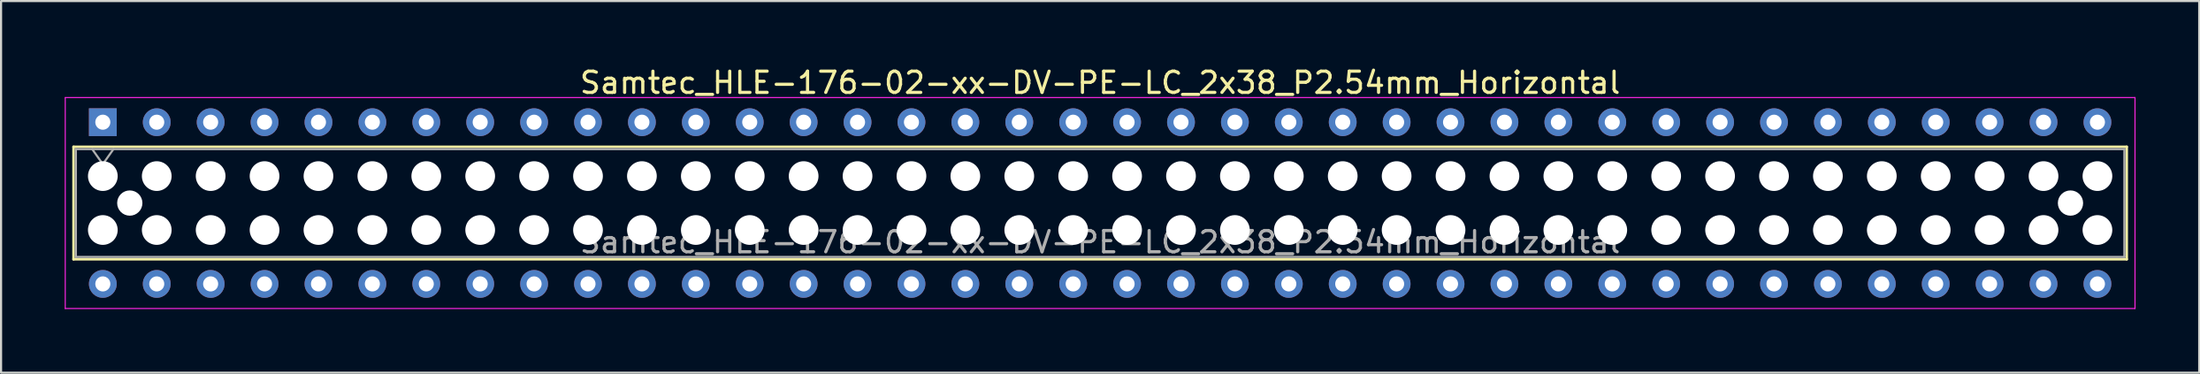
<source format=kicad_pcb>
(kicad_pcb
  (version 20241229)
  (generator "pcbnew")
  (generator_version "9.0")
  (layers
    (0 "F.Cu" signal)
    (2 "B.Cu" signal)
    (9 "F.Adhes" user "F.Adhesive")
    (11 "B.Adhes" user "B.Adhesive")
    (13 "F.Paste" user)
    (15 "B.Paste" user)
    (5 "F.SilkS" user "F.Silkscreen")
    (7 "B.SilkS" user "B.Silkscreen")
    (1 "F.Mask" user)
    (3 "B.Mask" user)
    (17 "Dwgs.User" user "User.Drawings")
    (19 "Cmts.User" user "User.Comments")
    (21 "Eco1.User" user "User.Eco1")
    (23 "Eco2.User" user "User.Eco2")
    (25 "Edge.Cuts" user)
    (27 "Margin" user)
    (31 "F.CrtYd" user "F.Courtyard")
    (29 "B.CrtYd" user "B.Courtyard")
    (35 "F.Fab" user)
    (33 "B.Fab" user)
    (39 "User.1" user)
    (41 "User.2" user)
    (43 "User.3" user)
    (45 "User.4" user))
  (footprint "Samtec_HLE-176-02-xx-DV-PE-LC_2x38_P2.54mm_Horizontal"
    (layer "F.Cu")
    (at 1.795 2.708)
    (property "Reference" "Samtec_HLE-176-02-xx-DV-PE-LC_2x38_P2.54mm_Horizontal" (at 46.99 -1.86 0) (layer "F.SilkS") (effects (font (size 1 1) (thickness 0.15))))
    (attr through_hole)
    (fp_line (start -1.38 1.16) (end 95.36 1.16) (stroke (width 0.12) (type solid)) (layer "F.SilkS"))
    (fp_line (start -1.38 6.46) (end -1.38 1.16) (stroke (width 0.12) (type solid)) (layer "F.SilkS"))
    (fp_line (start 95.36 1.16) (end 95.36 6.46) (stroke (width 0.12) (type solid)) (layer "F.SilkS"))
    (fp_line (start 95.36 6.46) (end -1.38 6.46) (stroke (width 0.12) (type solid)) (layer "F.SilkS"))
    (fp_line (start -1.77 -1.16) (end 95.75 -1.16) (stroke (width 0.05) (type solid)) (layer "F.CrtYd"))
    (fp_line (start -1.77 8.78) (end -1.77 -1.16) (stroke (width 0.05) (type solid)) (layer "F.CrtYd"))
    (fp_line (start 95.75 -1.16) (end 95.75 8.78) (stroke (width 0.05) (type solid)) (layer "F.CrtYd"))
    (fp_line (start 95.75 8.78) (end -1.77 8.78) (stroke (width 0.05) (type solid)) (layer "F.CrtYd"))
    (fp_line (start -1.27 1.27) (end 95.25 1.27) (stroke (width 0.1) (type solid)) (layer "F.Fab"))
    (fp_line (start -1.27 6.35) (end -1.27 1.27) (stroke (width 0.1) (type solid)) (layer "F.Fab"))
    (fp_line (start -0.5 1.27) (end 0 1.977) (stroke (width 0.1) (type solid)) (layer "F.Fab"))
    (fp_line (start 0 1.977) (end 0.5 1.27) (stroke (width 0.1) (type solid)) (layer "F.Fab"))
    (fp_line (start 95.25 1.27) (end 95.25 6.35) (stroke (width 0.1) (type solid)) (layer "F.Fab"))
    (fp_line (start 95.25 6.35) (end -1.27 6.35) (stroke (width 0.1) (type solid)) (layer "F.Fab"))
    (fp_text user "${REFERENCE}" (at 46.99 5.65 0) (layer "F.Fab") (effects (font (size 1 1) (thickness 0.15))))
    (pad "" np_thru_hole circle (at 0 2.54) (size 1.4 1.4) (drill 1.4) (layers "*.Cu" "*.Mask"))
    (pad "" np_thru_hole circle (at 0 5.08) (size 1.4 1.4) (drill 1.4) (layers "*.Cu" "*.Mask"))
    (pad "" np_thru_hole circle (at 1.27 3.81) (size 1.19 1.19) (drill 1.19) (layers "*.Cu" "*.Mask"))
    (pad "" np_thru_hole circle (at 2.54 2.54) (size 1.4 1.4) (drill 1.4) (layers "*.Cu" "*.Mask"))
    (pad "" np_thru_hole circle (at 2.54 5.08) (size 1.4 1.4) (drill 1.4) (layers "*.Cu" "*.Mask"))
    (pad "" np_thru_hole circle (at 5.08 2.54) (size 1.4 1.4) (drill 1.4) (layers "*.Cu" "*.Mask"))
    (pad "" np_thru_hole circle (at 5.08 5.08) (size 1.4 1.4) (drill 1.4) (layers "*.Cu" "*.Mask"))
    (pad "" np_thru_hole circle (at 7.62 2.54) (size 1.4 1.4) (drill 1.4) (layers "*.Cu" "*.Mask"))
    (pad "" np_thru_hole circle (at 7.62 5.08) (size 1.4 1.4) (drill 1.4) (layers "*.Cu" "*.Mask"))
    (pad "" np_thru_hole circle (at 10.16 2.54) (size 1.4 1.4) (drill 1.4) (layers "*.Cu" "*.Mask"))
    (pad "" np_thru_hole circle (at 10.16 5.08) (size 1.4 1.4) (drill 1.4) (layers "*.Cu" "*.Mask"))
    (pad "" np_thru_hole circle (at 12.7 2.54) (size 1.4 1.4) (drill 1.4) (layers "*.Cu" "*.Mask"))
    (pad "" np_thru_hole circle (at 12.7 5.08) (size 1.4 1.4) (drill 1.4) (layers "*.Cu" "*.Mask"))
    (pad "" np_thru_hole circle (at 15.24 2.54) (size 1.4 1.4) (drill 1.4) (layers "*.Cu" "*.Mask"))
    (pad "" np_thru_hole circle (at 15.24 5.08) (size 1.4 1.4) (drill 1.4) (layers "*.Cu" "*.Mask"))
    (pad "" np_thru_hole circle (at 17.78 2.54) (size 1.4 1.4) (drill 1.4) (layers "*.Cu" "*.Mask"))
    (pad "" np_thru_hole circle (at 17.78 5.08) (size 1.4 1.4) (drill 1.4) (layers "*.Cu" "*.Mask"))
    (pad "" np_thru_hole circle (at 20.32 2.54) (size 1.4 1.4) (drill 1.4) (layers "*.Cu" "*.Mask"))
    (pad "" np_thru_hole circle (at 20.32 5.08) (size 1.4 1.4) (drill 1.4) (layers "*.Cu" "*.Mask"))
    (pad "" np_thru_hole circle (at 22.86 2.54) (size 1.4 1.4) (drill 1.4) (layers "*.Cu" "*.Mask"))
    (pad "" np_thru_hole circle (at 22.86 5.08) (size 1.4 1.4) (drill 1.4) (layers "*.Cu" "*.Mask"))
    (pad "" np_thru_hole circle (at 25.4 2.54) (size 1.4 1.4) (drill 1.4) (layers "*.Cu" "*.Mask"))
    (pad "" np_thru_hole circle (at 25.4 5.08) (size 1.4 1.4) (drill 1.4) (layers "*.Cu" "*.Mask"))
    (pad "" np_thru_hole circle (at 27.94 2.54) (size 1.4 1.4) (drill 1.4) (layers "*.Cu" "*.Mask"))
    (pad "" np_thru_hole circle (at 27.94 5.08) (size 1.4 1.4) (drill 1.4) (layers "*.Cu" "*.Mask"))
    (pad "" np_thru_hole circle (at 30.48 2.54) (size 1.4 1.4) (drill 1.4) (layers "*.Cu" "*.Mask"))
    (pad "" np_thru_hole circle (at 30.48 5.08) (size 1.4 1.4) (drill 1.4) (layers "*.Cu" "*.Mask"))
    (pad "" np_thru_hole circle (at 33.02 2.54) (size 1.4 1.4) (drill 1.4) (layers "*.Cu" "*.Mask"))
    (pad "" np_thru_hole circle (at 33.02 5.08) (size 1.4 1.4) (drill 1.4) (layers "*.Cu" "*.Mask"))
    (pad "" np_thru_hole circle (at 35.56 2.54) (size 1.4 1.4) (drill 1.4) (layers "*.Cu" "*.Mask"))
    (pad "" np_thru_hole circle (at 35.56 5.08) (size 1.4 1.4) (drill 1.4) (layers "*.Cu" "*.Mask"))
    (pad "" np_thru_hole circle (at 38.1 2.54) (size 1.4 1.4) (drill 1.4) (layers "*.Cu" "*.Mask"))
    (pad "" np_thru_hole circle (at 38.1 5.08) (size 1.4 1.4) (drill 1.4) (layers "*.Cu" "*.Mask"))
    (pad "" np_thru_hole circle (at 40.64 2.54) (size 1.4 1.4) (drill 1.4) (layers "*.Cu" "*.Mask"))
    (pad "" np_thru_hole circle (at 40.64 5.08) (size 1.4 1.4) (drill 1.4) (layers "*.Cu" "*.Mask"))
    (pad "" np_thru_hole circle (at 43.18 2.54) (size 1.4 1.4) (drill 1.4) (layers "*.Cu" "*.Mask"))
    (pad "" np_thru_hole circle (at 43.18 5.08) (size 1.4 1.4) (drill 1.4) (layers "*.Cu" "*.Mask"))
    (pad "" np_thru_hole circle (at 45.72 2.54) (size 1.4 1.4) (drill 1.4) (layers "*.Cu" "*.Mask"))
    (pad "" np_thru_hole circle (at 45.72 5.08) (size 1.4 1.4) (drill 1.4) (layers "*.Cu" "*.Mask"))
    (pad "" np_thru_hole circle (at 48.26 2.54) (size 1.4 1.4) (drill 1.4) (layers "*.Cu" "*.Mask"))
    (pad "" np_thru_hole circle (at 48.26 5.08) (size 1.4 1.4) (drill 1.4) (layers "*.Cu" "*.Mask"))
    (pad "" np_thru_hole circle (at 50.8 2.54) (size 1.4 1.4) (drill 1.4) (layers "*.Cu" "*.Mask"))
    (pad "" np_thru_hole circle (at 50.8 5.08) (size 1.4 1.4) (drill 1.4) (layers "*.Cu" "*.Mask"))
    (pad "" np_thru_hole circle (at 53.34 2.54) (size 1.4 1.4) (drill 1.4) (layers "*.Cu" "*.Mask"))
    (pad "" np_thru_hole circle (at 53.34 5.08) (size 1.4 1.4) (drill 1.4) (layers "*.Cu" "*.Mask"))
    (pad "" np_thru_hole circle (at 55.88 2.54) (size 1.4 1.4) (drill 1.4) (layers "*.Cu" "*.Mask"))
    (pad "" np_thru_hole circle (at 55.88 5.08) (size 1.4 1.4) (drill 1.4) (layers "*.Cu" "*.Mask"))
    (pad "" np_thru_hole circle (at 58.42 2.54) (size 1.4 1.4) (drill 1.4) (layers "*.Cu" "*.Mask"))
    (pad "" np_thru_hole circle (at 58.42 5.08) (size 1.4 1.4) (drill 1.4) (layers "*.Cu" "*.Mask"))
    (pad "" np_thru_hole circle (at 60.96 2.54) (size 1.4 1.4) (drill 1.4) (layers "*.Cu" "*.Mask"))
    (pad "" np_thru_hole circle (at 60.96 5.08) (size 1.4 1.4) (drill 1.4) (layers "*.Cu" "*.Mask"))
    (pad "" np_thru_hole circle (at 63.5 2.54) (size 1.4 1.4) (drill 1.4) (layers "*.Cu" "*.Mask"))
    (pad "" np_thru_hole circle (at 63.5 5.08) (size 1.4 1.4) (drill 1.4) (layers "*.Cu" "*.Mask"))
    (pad "" np_thru_hole circle (at 66.04 2.54) (size 1.4 1.4) (drill 1.4) (layers "*.Cu" "*.Mask"))
    (pad "" np_thru_hole circle (at 66.04 5.08) (size 1.4 1.4) (drill 1.4) (layers "*.Cu" "*.Mask"))
    (pad "" np_thru_hole circle (at 68.58 2.54) (size 1.4 1.4) (drill 1.4) (layers "*.Cu" "*.Mask"))
    (pad "" np_thru_hole circle (at 68.58 5.08) (size 1.4 1.4) (drill 1.4) (layers "*.Cu" "*.Mask"))
    (pad "" np_thru_hole circle (at 71.12 2.54) (size 1.4 1.4) (drill 1.4) (layers "*.Cu" "*.Mask"))
    (pad "" np_thru_hole circle (at 71.12 5.08) (size 1.4 1.4) (drill 1.4) (layers "*.Cu" "*.Mask"))
    (pad "" np_thru_hole circle (at 73.66 2.54) (size 1.4 1.4) (drill 1.4) (layers "*.Cu" "*.Mask"))
    (pad "" np_thru_hole circle (at 73.66 5.08) (size 1.4 1.4) (drill 1.4) (layers "*.Cu" "*.Mask"))
    (pad "" np_thru_hole circle (at 76.2 2.54) (size 1.4 1.4) (drill 1.4) (layers "*.Cu" "*.Mask"))
    (pad "" np_thru_hole circle (at 76.2 5.08) (size 1.4 1.4) (drill 1.4) (layers "*.Cu" "*.Mask"))
    (pad "" np_thru_hole circle (at 78.74 2.54) (size 1.4 1.4) (drill 1.4) (layers "*.Cu" "*.Mask"))
    (pad "" np_thru_hole circle (at 78.74 5.08) (size 1.4 1.4) (drill 1.4) (layers "*.Cu" "*.Mask"))
    (pad "" np_thru_hole circle (at 81.28 2.54) (size 1.4 1.4) (drill 1.4) (layers "*.Cu" "*.Mask"))
    (pad "" np_thru_hole circle (at 81.28 5.08) (size 1.4 1.4) (drill 1.4) (layers "*.Cu" "*.Mask"))
    (pad "" np_thru_hole circle (at 83.82 2.54) (size 1.4 1.4) (drill 1.4) (layers "*.Cu" "*.Mask"))
    (pad "" np_thru_hole circle (at 83.82 5.08) (size 1.4 1.4) (drill 1.4) (layers "*.Cu" "*.Mask"))
    (pad "" np_thru_hole circle (at 86.36 2.54) (size 1.4 1.4) (drill 1.4) (layers "*.Cu" "*.Mask"))
    (pad "" np_thru_hole circle (at 86.36 5.08) (size 1.4 1.4) (drill 1.4) (layers "*.Cu" "*.Mask"))
    (pad "" np_thru_hole circle (at 88.9 2.54) (size 1.4 1.4) (drill 1.4) (layers "*.Cu" "*.Mask"))
    (pad "" np_thru_hole circle (at 88.9 5.08) (size 1.4 1.4) (drill 1.4) (layers "*.Cu" "*.Mask"))
    (pad "" np_thru_hole circle (at 91.44 2.54) (size 1.4 1.4) (drill 1.4) (layers "*.Cu" "*.Mask"))
    (pad "" np_thru_hole circle (at 91.44 5.08) (size 1.4 1.4) (drill 1.4) (layers "*.Cu" "*.Mask"))
    (pad "" np_thru_hole circle (at 92.71 3.81) (size 1.19 1.19) (drill 1.19) (layers "*.Cu" "*.Mask"))
    (pad "" np_thru_hole circle (at 93.98 2.54) (size 1.4 1.4) (drill 1.4) (layers "*.Cu" "*.Mask"))
    (pad "" np_thru_hole circle (at 93.98 5.08) (size 1.4 1.4) (drill 1.4) (layers "*.Cu" "*.Mask"))
    (pad "1" thru_hole rect (at 0 0) (size 1.31 1.31) (drill 0.71) (layers "*.Cu" "*.Mask"))
    (pad "2" thru_hole circle (at 0 7.62) (size 1.31 1.31) (drill 0.71) (layers "*.Cu" "*.Mask"))
    (pad "3" thru_hole circle (at 2.54 0) (size 1.31 1.31) (drill 0.71) (layers "*.Cu" "*.Mask"))
    (pad "4" thru_hole circle (at 2.54 7.62) (size 1.31 1.31) (drill 0.71) (layers "*.Cu" "*.Mask"))
    (pad "5" thru_hole circle (at 5.08 0) (size 1.31 1.31) (drill 0.71) (layers "*.Cu" "*.Mask"))
    (pad "6" thru_hole circle (at 5.08 7.62) (size 1.31 1.31) (drill 0.71) (layers "*.Cu" "*.Mask"))
    (pad "7" thru_hole circle (at 7.62 0) (size 1.31 1.31) (drill 0.71) (layers "*.Cu" "*.Mask"))
    (pad "8" thru_hole circle (at 7.62 7.62) (size 1.31 1.31) (drill 0.71) (layers "*.Cu" "*.Mask"))
    (pad "9" thru_hole circle (at 10.16 0) (size 1.31 1.31) (drill 0.71) (layers "*.Cu" "*.Mask"))
    (pad "10" thru_hole circle (at 10.16 7.62) (size 1.31 1.31) (drill 0.71) (layers "*.Cu" "*.Mask"))
    (pad "11" thru_hole circle (at 12.7 0) (size 1.31 1.31) (drill 0.71) (layers "*.Cu" "*.Mask"))
    (pad "12" thru_hole circle (at 12.7 7.62) (size 1.31 1.31) (drill 0.71) (layers "*.Cu" "*.Mask"))
    (pad "13" thru_hole circle (at 15.24 0) (size 1.31 1.31) (drill 0.71) (layers "*.Cu" "*.Mask"))
    (pad "14" thru_hole circle (at 15.24 7.62) (size 1.31 1.31) (drill 0.71) (layers "*.Cu" "*.Mask"))
    (pad "15" thru_hole circle (at 17.78 0) (size 1.31 1.31) (drill 0.71) (layers "*.Cu" "*.Mask"))
    (pad "16" thru_hole circle (at 17.78 7.62) (size 1.31 1.31) (drill 0.71) (layers "*.Cu" "*.Mask"))
    (pad "17" thru_hole circle (at 20.32 0) (size 1.31 1.31) (drill 0.71) (layers "*.Cu" "*.Mask"))
    (pad "18" thru_hole circle (at 20.32 7.62) (size 1.31 1.31) (drill 0.71) (layers "*.Cu" "*.Mask"))
    (pad "19" thru_hole circle (at 22.86 0) (size 1.31 1.31) (drill 0.71) (layers "*.Cu" "*.Mask"))
    (pad "20" thru_hole circle (at 22.86 7.62) (size 1.31 1.31) (drill 0.71) (layers "*.Cu" "*.Mask"))
    (pad "21" thru_hole circle (at 25.4 0) (size 1.31 1.31) (drill 0.71) (layers "*.Cu" "*.Mask"))
    (pad "22" thru_hole circle (at 25.4 7.62) (size 1.31 1.31) (drill 0.71) (layers "*.Cu" "*.Mask"))
    (pad "23" thru_hole circle (at 27.94 0) (size 1.31 1.31) (drill 0.71) (layers "*.Cu" "*.Mask"))
    (pad "24" thru_hole circle (at 27.94 7.62) (size 1.31 1.31) (drill 0.71) (layers "*.Cu" "*.Mask"))
    (pad "25" thru_hole circle (at 30.48 0) (size 1.31 1.31) (drill 0.71) (layers "*.Cu" "*.Mask"))
    (pad "26" thru_hole circle (at 30.48 7.62) (size 1.31 1.31) (drill 0.71) (layers "*.Cu" "*.Mask"))
    (pad "27" thru_hole circle (at 33.02 0) (size 1.31 1.31) (drill 0.71) (layers "*.Cu" "*.Mask"))
    (pad "28" thru_hole circle (at 33.02 7.62) (size 1.31 1.31) (drill 0.71) (layers "*.Cu" "*.Mask"))
    (pad "29" thru_hole circle (at 35.56 0) (size 1.31 1.31) (drill 0.71) (layers "*.Cu" "*.Mask"))
    (pad "30" thru_hole circle (at 35.56 7.62) (size 1.31 1.31) (drill 0.71) (layers "*.Cu" "*.Mask"))
    (pad "31" thru_hole circle (at 38.1 0) (size 1.31 1.31) (drill 0.71) (layers "*.Cu" "*.Mask"))
    (pad "32" thru_hole circle (at 38.1 7.62) (size 1.31 1.31) (drill 0.71) (layers "*.Cu" "*.Mask"))
    (pad "33" thru_hole circle (at 40.64 0) (size 1.31 1.31) (drill 0.71) (layers "*.Cu" "*.Mask"))
    (pad "34" thru_hole circle (at 40.64 7.62) (size 1.31 1.31) (drill 0.71) (layers "*.Cu" "*.Mask"))
    (pad "35" thru_hole circle (at 43.18 0) (size 1.31 1.31) (drill 0.71) (layers "*.Cu" "*.Mask"))
    (pad "36" thru_hole circle (at 43.18 7.62) (size 1.31 1.31) (drill 0.71) (layers "*.Cu" "*.Mask"))
    (pad "37" thru_hole circle (at 45.72 0) (size 1.31 1.31) (drill 0.71) (layers "*.Cu" "*.Mask"))
    (pad "38" thru_hole circle (at 45.72 7.62) (size 1.31 1.31) (drill 0.71) (layers "*.Cu" "*.Mask"))
    (pad "39" thru_hole circle (at 48.26 0) (size 1.31 1.31) (drill 0.71) (layers "*.Cu" "*.Mask"))
    (pad "40" thru_hole circle (at 48.26 7.62) (size 1.31 1.31) (drill 0.71) (layers "*.Cu" "*.Mask"))
    (pad "41" thru_hole circle (at 50.8 0) (size 1.31 1.31) (drill 0.71) (layers "*.Cu" "*.Mask"))
    (pad "42" thru_hole circle (at 50.8 7.62) (size 1.31 1.31) (drill 0.71) (layers "*.Cu" "*.Mask"))
    (pad "43" thru_hole circle (at 53.34 0) (size 1.31 1.31) (drill 0.71) (layers "*.Cu" "*.Mask"))
    (pad "44" thru_hole circle (at 53.34 7.62) (size 1.31 1.31) (drill 0.71) (layers "*.Cu" "*.Mask"))
    (pad "45" thru_hole circle (at 55.88 0) (size 1.31 1.31) (drill 0.71) (layers "*.Cu" "*.Mask"))
    (pad "46" thru_hole circle (at 55.88 7.62) (size 1.31 1.31) (drill 0.71) (layers "*.Cu" "*.Mask"))
    (pad "47" thru_hole circle (at 58.42 0) (size 1.31 1.31) (drill 0.71) (layers "*.Cu" "*.Mask"))
    (pad "48" thru_hole circle (at 58.42 7.62) (size 1.31 1.31) (drill 0.71) (layers "*.Cu" "*.Mask"))
    (pad "49" thru_hole circle (at 60.96 0) (size 1.31 1.31) (drill 0.71) (layers "*.Cu" "*.Mask"))
    (pad "50" thru_hole circle (at 60.96 7.62) (size 1.31 1.31) (drill 0.71) (layers "*.Cu" "*.Mask"))
    (pad "51" thru_hole circle (at 63.5 0) (size 1.31 1.31) (drill 0.71) (layers "*.Cu" "*.Mask"))
    (pad "52" thru_hole circle (at 63.5 7.62) (size 1.31 1.31) (drill 0.71) (layers "*.Cu" "*.Mask"))
    (pad "53" thru_hole circle (at 66.04 0) (size 1.31 1.31) (drill 0.71) (layers "*.Cu" "*.Mask"))
    (pad "54" thru_hole circle (at 66.04 7.62) (size 1.31 1.31) (drill 0.71) (layers "*.Cu" "*.Mask"))
    (pad "55" thru_hole circle (at 68.58 0) (size 1.31 1.31) (drill 0.71) (layers "*.Cu" "*.Mask"))
    (pad "56" thru_hole circle (at 68.58 7.62) (size 1.31 1.31) (drill 0.71) (layers "*.Cu" "*.Mask"))
    (pad "57" thru_hole circle (at 71.12 0) (size 1.31 1.31) (drill 0.71) (layers "*.Cu" "*.Mask"))
    (pad "58" thru_hole circle (at 71.12 7.62) (size 1.31 1.31) (drill 0.71) (layers "*.Cu" "*.Mask"))
    (pad "59" thru_hole circle (at 73.66 0) (size 1.31 1.31) (drill 0.71) (layers "*.Cu" "*.Mask"))
    (pad "60" thru_hole circle (at 73.66 7.62) (size 1.31 1.31) (drill 0.71) (layers "*.Cu" "*.Mask"))
    (pad "61" thru_hole circle (at 76.2 0) (size 1.31 1.31) (drill 0.71) (layers "*.Cu" "*.Mask"))
    (pad "62" thru_hole circle (at 76.2 7.62) (size 1.31 1.31) (drill 0.71) (layers "*.Cu" "*.Mask"))
    (pad "63" thru_hole circle (at 78.74 0) (size 1.31 1.31) (drill 0.71) (layers "*.Cu" "*.Mask"))
    (pad "64" thru_hole circle (at 78.74 7.62) (size 1.31 1.31) (drill 0.71) (layers "*.Cu" "*.Mask"))
    (pad "65" thru_hole circle (at 81.28 0) (size 1.31 1.31) (drill 0.71) (layers "*.Cu" "*.Mask"))
    (pad "66" thru_hole circle (at 81.28 7.62) (size 1.31 1.31) (drill 0.71) (layers "*.Cu" "*.Mask"))
    (pad "67" thru_hole circle (at 83.82 0) (size 1.31 1.31) (drill 0.71) (layers "*.Cu" "*.Mask"))
    (pad "68" thru_hole circle (at 83.82 7.62) (size 1.31 1.31) (drill 0.71) (layers "*.Cu" "*.Mask"))
    (pad "69" thru_hole circle (at 86.36 0) (size 1.31 1.31) (drill 0.71) (layers "*.Cu" "*.Mask"))
    (pad "70" thru_hole circle (at 86.36 7.62) (size 1.31 1.31) (drill 0.71) (layers "*.Cu" "*.Mask"))
    (pad "71" thru_hole circle (at 88.9 0) (size 1.31 1.31) (drill 0.71) (layers "*.Cu" "*.Mask"))
    (pad "72" thru_hole circle (at 88.9 7.62) (size 1.31 1.31) (drill 0.71) (layers "*.Cu" "*.Mask"))
    (pad "73" thru_hole circle (at 91.44 0) (size 1.31 1.31) (drill 0.71) (layers "*.Cu" "*.Mask"))
    (pad "74" thru_hole circle (at 91.44 7.62) (size 1.31 1.31) (drill 0.71) (layers "*.Cu" "*.Mask"))
    (pad "75" thru_hole circle (at 93.98 0) (size 1.31 1.31) (drill 0.71) (layers "*.Cu" "*.Mask"))
    (pad "76" thru_hole circle (at 93.98 7.62) (size 1.31 1.31) (drill 0.71) (layers "*.Cu" "*.Mask")))
  (gr_rect
    (start -3 -3)
    (end 100.57 14.513)
    (stroke (width 0.1) (type default))
    (fill no)
    (layer "Edge.Cuts")))
</source>
